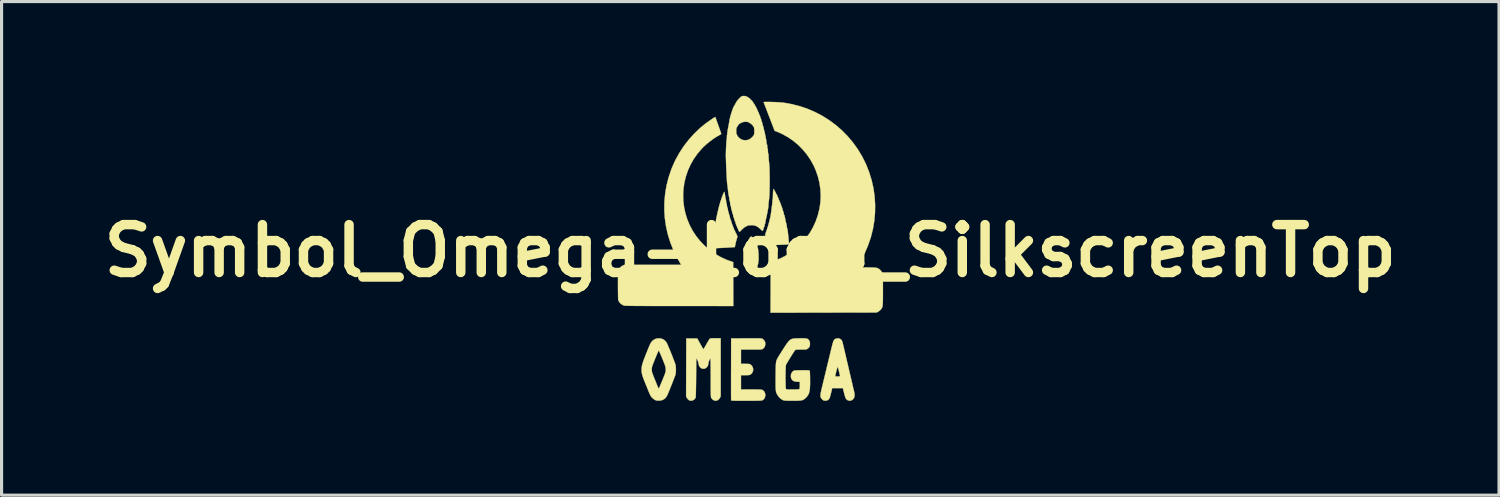
<source format=kicad_pcb>
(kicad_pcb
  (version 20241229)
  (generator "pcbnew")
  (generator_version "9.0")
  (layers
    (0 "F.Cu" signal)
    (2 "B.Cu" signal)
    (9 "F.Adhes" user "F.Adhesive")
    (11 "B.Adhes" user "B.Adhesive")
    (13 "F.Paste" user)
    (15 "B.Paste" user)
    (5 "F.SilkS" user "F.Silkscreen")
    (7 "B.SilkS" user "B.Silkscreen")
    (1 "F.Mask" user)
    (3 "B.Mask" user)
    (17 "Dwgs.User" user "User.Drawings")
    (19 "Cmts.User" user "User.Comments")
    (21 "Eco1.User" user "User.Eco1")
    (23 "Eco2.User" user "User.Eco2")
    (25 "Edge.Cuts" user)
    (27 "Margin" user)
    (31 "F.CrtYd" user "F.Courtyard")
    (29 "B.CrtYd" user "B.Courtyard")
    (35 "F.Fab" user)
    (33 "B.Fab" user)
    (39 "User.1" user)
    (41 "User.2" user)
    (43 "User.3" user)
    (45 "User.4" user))
  (footprint "Symbol_Omega-Logo_SilkscreenTop"
    (layer "F.Cu")
    (at 20.835 4.935)
    (property "Reference" "Symbol_Omega-Logo_SilkscreenTop" (at 0 0 0) (layer "F.SilkS") (effects (font (size 1.524 1.524) (thickness 0.3))))
    (attr through_hole)
    (fp_poly (pts (xy 0.054 -0.447) (xy 0.078 -0.428) (xy 0.104 -0.402) (xy 0.124 -0.376) (xy 0.133 -0.359) (xy 0.141 -0.342) (xy 0.147 -0.339) (xy 0.155 -0.33) (xy 0.166 -0.307) (xy 0.169 -0.296) (xy 0.18 -0.27) (xy 0.188 -0.255) (xy 0.191 -0.254) (xy 0.197 -0.245) (xy 0.204 -0.22) (xy 0.212 -0.188) (xy 0.22 -0.152) (xy 0.228 -0.124) (xy 0.233 -0.111) (xy 0.24 -0.09) (xy 0.248 -0.049) (xy 0.255 0.013) (xy 0.262 0.095) (xy 0.264 0.127) (xy 0.265 0.276) (xy 0.248 0.415) (xy 0.212 0.544) (xy 0.185 0.61) (xy 0.158 0.663) (xy 0.133 0.697) (xy 0.109 0.714) (xy 0.083 0.716) (xy 0.056 0.707) (xy 0.037 0.694) (xy 0.032 0.684) (xy 0.025 0.669) (xy 0.009 0.647) (xy 0.001 0.637) (xy -0.021 0.608) (xy -0.035 0.578) (xy -0.037 0.571) (xy -0.044 0.549) (xy -0.052 0.54) (xy -0.052 0.54) (xy -0.059 0.53) (xy -0.067 0.506) (xy -0.074 0.479) (xy -0.083 0.445) (xy -0.092 0.421) (xy -0.098 0.412) (xy -0.103 0.399) (xy -0.108 0.371) (xy -0.113 0.335) (xy -0.117 0.3) (xy -0.122 0.274) (xy -0.127 0.265) (xy -0.127 0.265) (xy -0.132 0.255) (xy -0.135 0.228) (xy -0.138 0.189) (xy -0.14 0.141) (xy -0.141 0.09) (xy -0.141 0.039) (xy -0.139 -0.007) (xy -0.136 -0.04) (xy -0.123 -0.122) (xy -0.105 -0.201) (xy -0.083 -0.274) (xy -0.058 -0.338) (xy -0.032 -0.391) (xy -0.005 -0.429) (xy 0.021 -0.451) (xy 0.035 -0.454) (xy 0.054 -0.447)) (stroke (width 0.01) (type solid)) (fill yes) (layer "F.SilkS"))
    (fp_poly (pts (xy -0.942 4.631) (xy -0.966 4.678) (xy -1 4.727) (xy -1.043 4.758) (xy -1.09 4.771) (xy -1.138 4.767) (xy -1.184 4.746) (xy -1.225 4.707) (xy -1.244 4.676) (xy -1.248 4.666) (xy -1.25 4.651) (xy -1.253 4.628) (xy -1.255 4.595) (xy -1.256 4.551) (xy -1.257 4.495) (xy -1.258 4.425) (xy -1.259 4.339) (xy -1.259 4.237) (xy -1.259 4.115) (xy -1.259 4.038) (xy -1.26 3.927) (xy -1.26 3.822) (xy -1.261 3.726) (xy -1.261 3.64) (xy -1.262 3.566) (xy -1.264 3.506) (xy -1.265 3.462) (xy -1.266 3.436) (xy -1.267 3.429) (xy -1.281 3.439) (xy -1.296 3.464) (xy -1.312 3.499) (xy -1.325 3.539) (xy -1.333 3.578) (xy -1.334 3.586) (xy -1.345 3.643) (xy -1.366 3.685) (xy -1.401 3.721) (xy -1.418 3.733) (xy -1.466 3.754) (xy -1.516 3.754) (xy -1.564 3.735) (xy -1.567 3.733) (xy -1.606 3.698) (xy -1.632 3.651) (xy -1.648 3.59) (xy -1.649 3.581) (xy -1.664 3.518) (xy -1.689 3.465) (xy -1.72 3.413) (xy -1.725 4.038) (xy -1.726 4.182) (xy -1.728 4.307) (xy -1.73 4.412) (xy -1.731 4.498) (xy -1.733 4.567) (xy -1.736 4.619) (xy -1.738 4.656) (xy -1.741 4.677) (xy -1.743 4.683) (xy -1.779 4.728) (xy -1.823 4.758) (xy -1.872 4.771) (xy -1.921 4.767) (xy -1.958 4.75) (xy -1.986 4.725) (xy -2.011 4.691) (xy -2.019 4.678) (xy -2.043 4.631) (xy -2.04 3.71) (xy -2.037 2.789) (xy -1.689 2.789) (xy -1.593 2.961) (xy -1.563 3.015) (xy -1.536 3.062) (xy -1.514 3.099) (xy -1.499 3.124) (xy -1.492 3.132) (xy -1.492 3.132) (xy -1.486 3.124) (xy -1.47 3.1) (xy -1.448 3.063) (xy -1.421 3.017) (xy -1.398 2.976) (xy -1.368 2.923) (xy -1.34 2.876) (xy -1.316 2.837) (xy -1.3 2.811) (xy -1.293 2.802) (xy -1.285 2.795) (xy -1.272 2.79) (xy -1.25 2.786) (xy -1.217 2.785) (xy -1.169 2.784) (xy -1.11 2.783) (xy -0.942 2.783) (xy -0.942 4.631)) (stroke (width 0.01) (type solid)) (fill yes) (layer "F.SilkS"))
    (fp_poly (pts (xy 0.134 2.785) (xy 0.208 2.785) (xy 0.27 2.786) (xy 0.317 2.787) (xy 0.347 2.788) (xy 0.356 2.789) (xy 0.393 2.804) (xy 0.429 2.835) (xy 0.458 2.875) (xy 0.475 2.918) (xy 0.475 2.918) (xy 0.479 2.981) (xy 0.465 3.04) (xy 0.436 3.089) (xy 0.397 3.122) (xy 0.386 3.128) (xy 0.374 3.133) (xy 0.358 3.136) (xy 0.336 3.139) (xy 0.305 3.141) (xy 0.262 3.142) (xy 0.207 3.143) (xy 0.135 3.143) (xy 0.044 3.143) (xy 0.033 3.143) (xy -0.296 3.143) (xy -0.296 3.598) (xy -0.16 3.598) (xy -0.103 3.599) (xy -0.063 3.6) (xy -0.034 3.603) (xy -0.014 3.608) (xy 0.003 3.617) (xy 0.012 3.622) (xy 0.039 3.647) (xy 0.064 3.68) (xy 0.072 3.694) (xy 0.09 3.75) (xy 0.09 3.809) (xy 0.072 3.865) (xy 0.038 3.912) (xy 0.011 3.934) (xy -0.005 3.944) (xy -0.023 3.951) (xy -0.047 3.955) (xy -0.08 3.957) (xy -0.128 3.958) (xy -0.16 3.958) (xy -0.296 3.958) (xy -0.296 4.413) (xy 0.028 4.413) (xy 0.122 4.413) (xy 0.198 4.414) (xy 0.258 4.415) (xy 0.303 4.417) (xy 0.336 4.419) (xy 0.36 4.422) (xy 0.377 4.426) (xy 0.386 4.43) (xy 0.429 4.461) (xy 0.459 4.504) (xy 0.475 4.554) (xy 0.479 4.608) (xy 0.468 4.66) (xy 0.445 4.707) (xy 0.408 4.744) (xy 0.388 4.756) (xy 0.377 4.76) (xy 0.362 4.763) (xy 0.342 4.766) (xy 0.314 4.768) (xy 0.277 4.77) (xy 0.228 4.771) (xy 0.165 4.772) (xy 0.087 4.773) (xy -0.007 4.773) (xy -0.122 4.773) (xy -0.126 4.773) (xy -0.245 4.773) (xy -0.343 4.773) (xy -0.424 4.772) (xy -0.488 4.771) (xy -0.536 4.769) (xy -0.571 4.767) (xy -0.594 4.765) (xy -0.606 4.762) (xy -0.609 4.76) (xy -0.61 4.748) (xy -0.61 4.716) (xy -0.611 4.665) (xy -0.611 4.599) (xy -0.612 4.517) (xy -0.612 4.421) (xy -0.612 4.313) (xy -0.612 4.195) (xy -0.612 4.067) (xy -0.612 3.932) (xy -0.611 3.79) (xy -0.611 3.768) (xy -0.609 2.789) (xy -0.143 2.786) (xy -0.044 2.785) (xy 0.049 2.785) (xy 0.134 2.785)) (stroke (width 0.01) (type solid)) (fill yes) (layer "F.SilkS"))
    (fp_poly (pts (xy -0.824 -1.876) (xy -0.82 -1.863) (xy -0.814 -1.833) (xy -0.807 -1.793) (xy -0.804 -1.767) (xy -0.798 -1.722) (xy -0.791 -1.682) (xy -0.785 -1.656) (xy -0.782 -1.648) (xy -0.775 -1.625) (xy -0.772 -1.596) (xy -0.769 -1.564) (xy -0.761 -1.526) (xy -0.757 -1.509) (xy -0.747 -1.471) (xy -0.742 -1.435) (xy -0.741 -1.422) (xy -0.738 -1.397) (xy -0.732 -1.382) (xy -0.731 -1.382) (xy -0.725 -1.369) (xy -0.718 -1.342) (xy -0.715 -1.32) (xy -0.709 -1.284) (xy -0.703 -1.254) (xy -0.699 -1.244) (xy -0.692 -1.221) (xy -0.681 -1.185) (xy -0.669 -1.14) (xy -0.656 -1.093) (xy -0.646 -1.051) (xy -0.639 -1.02) (xy -0.639 -1.019) (xy -0.632 -0.995) (xy -0.624 -0.984) (xy -0.623 -0.984) (xy -0.615 -0.975) (xy -0.614 -0.965) (xy -0.61 -0.946) (xy -0.6 -0.913) (xy -0.586 -0.871) (xy -0.57 -0.824) (xy -0.552 -0.778) (xy -0.536 -0.739) (xy -0.525 -0.709) (xy -0.519 -0.687) (xy -0.519 -0.683) (xy -0.513 -0.669) (xy -0.509 -0.667) (xy -0.5 -0.658) (xy -0.489 -0.634) (xy -0.482 -0.614) (xy -0.47 -0.584) (xy -0.46 -0.565) (xy -0.455 -0.561) (xy -0.447 -0.552) (xy -0.439 -0.53) (xy -0.439 -0.529) (xy -0.429 -0.501) (xy -0.417 -0.482) (xy -0.411 -0.472) (xy -0.41 -0.457) (xy -0.415 -0.432) (xy -0.426 -0.392) (xy -0.428 -0.386) (xy -0.444 -0.334) (xy -0.459 -0.273) (xy -0.472 -0.217) (xy -0.473 -0.213) (xy -0.481 -0.172) (xy -0.488 -0.14) (xy -0.492 -0.121) (xy -0.493 -0.119) (xy -0.503 -0.118) (xy -0.531 -0.115) (xy -0.575 -0.113) (xy -0.629 -0.109) (xy -0.692 -0.106) (xy -0.759 -0.102) (xy -0.829 -0.098) (xy -0.897 -0.094) (xy -0.96 -0.091) (xy -1.016 -0.088) (xy -1.06 -0.086) (xy -1.09 -0.085) (xy -1.097 -0.085) (xy -1.123 -0.088) (xy -1.138 -0.095) (xy -1.138 -0.095) (xy -1.14 -0.109) (xy -1.14 -0.14) (xy -1.141 -0.186) (xy -1.14 -0.243) (xy -1.139 -0.308) (xy -1.138 -0.326) (xy -1.135 -0.427) (xy -1.132 -0.51) (xy -1.129 -0.579) (xy -1.127 -0.635) (xy -1.123 -0.682) (xy -1.12 -0.724) (xy -1.115 -0.763) (xy -1.11 -0.802) (xy -1.107 -0.819) (xy -1.101 -0.864) (xy -1.097 -0.902) (xy -1.095 -0.926) (xy -1.096 -0.932) (xy -1.096 -0.946) (xy -1.092 -0.977) (xy -1.083 -1.022) (xy -1.072 -1.077) (xy -1.059 -1.141) (xy -1.044 -1.208) (xy -1.028 -1.276) (xy -1.012 -1.342) (xy -0.997 -1.402) (xy -0.984 -1.45) (xy -0.961 -1.527) (xy -0.937 -1.603) (xy -0.913 -1.674) (xy -0.89 -1.738) (xy -0.869 -1.793) (xy -0.851 -1.836) (xy -0.837 -1.865) (xy -0.827 -1.877) (xy -0.824 -1.876)) (stroke (width 0.01) (type solid)) (fill yes) (layer "F.SilkS"))
    (fp_poly (pts (xy -1.114 -4.261) (xy -1.11 -4.25) (xy -1.1 -4.223) (xy -1.084 -4.181) (xy -1.065 -4.126) (xy -1.043 -4.063) (xy -1.022 -4.005) (xy -0.997 -3.935) (xy -0.975 -3.871) (xy -0.955 -3.816) (xy -0.94 -3.773) (xy -0.93 -3.744) (xy -0.926 -3.734) (xy -0.926 -3.722) (xy -0.939 -3.708) (xy -0.968 -3.691) (xy -0.981 -3.685) (xy -1.075 -3.632) (xy -1.177 -3.565) (xy -1.281 -3.488) (xy -1.383 -3.406) (xy -1.477 -3.321) (xy -1.54 -3.257) (xy -1.679 -3.096) (xy -1.799 -2.925) (xy -1.9 -2.747) (xy -1.984 -2.563) (xy -2.049 -2.373) (xy -2.097 -2.179) (xy -2.126 -1.983) (xy -2.138 -1.786) (xy -2.132 -1.589) (xy -2.108 -1.393) (xy -2.067 -1.199) (xy -2.009 -1.01) (xy -1.933 -0.826) (xy -1.84 -0.648) (xy -1.73 -0.478) (xy -1.602 -0.317) (xy -1.458 -0.167) (xy -1.298 -0.028) (xy -1.287 -0.02) (xy -1.126 0.094) (xy -0.952 0.194) (xy -0.772 0.278) (xy -0.656 0.321) (xy -0.545 0.359) (xy -0.542 1.058) (xy -0.54 1.757) (xy -2.262 1.756) (xy -2.494 1.756) (xy -2.705 1.756) (xy -2.897 1.756) (xy -3.07 1.756) (xy -3.226 1.755) (xy -3.365 1.755) (xy -3.487 1.754) (xy -3.595 1.754) (xy -3.688 1.753) (xy -3.768 1.752) (xy -3.835 1.751) (xy -3.891 1.75) (xy -3.935 1.749) (xy -3.97 1.748) (xy -3.995 1.746) (xy -4.012 1.744) (xy -4.022 1.743) (xy -4.023 1.742) (xy -4.095 1.706) (xy -4.152 1.657) (xy -4.193 1.594) (xy -4.201 1.574) (xy -4.204 1.554) (xy -4.207 1.514) (xy -4.209 1.455) (xy -4.21 1.376) (xy -4.211 1.279) (xy -4.212 1.163) (xy -4.212 1.097) (xy -4.212 0.988) (xy -4.212 0.898) (xy -4.211 0.825) (xy -4.21 0.766) (xy -4.209 0.721) (xy -4.208 0.686) (xy -4.205 0.66) (xy -4.202 0.64) (xy -4.199 0.625) (xy -4.194 0.612) (xy -4.19 0.603) (xy -4.154 0.542) (xy -4.105 0.496) (xy -4.059 0.47) (xy -4.006 0.445) (xy -3.103 0.445) (xy -2.199 0.445) (xy -2.223 0.405) (xy -2.291 0.288) (xy -2.35 0.182) (xy -2.401 0.08) (xy -2.445 -0.014) (xy -2.544 -0.263) (xy -2.623 -0.516) (xy -2.681 -0.772) (xy -2.719 -1.032) (xy -2.737 -1.293) (xy -2.734 -1.554) (xy -2.71 -1.815) (xy -2.667 -2.075) (xy -2.602 -2.331) (xy -2.517 -2.584) (xy -2.489 -2.656) (xy -2.383 -2.892) (xy -2.257 -3.119) (xy -2.114 -3.337) (xy -1.954 -3.543) (xy -1.779 -3.737) (xy -1.59 -3.916) (xy -1.452 -4.03) (xy -1.416 -4.057) (xy -1.373 -4.089) (xy -1.325 -4.123) (xy -1.275 -4.157) (xy -1.228 -4.19) (xy -1.184 -4.219) (xy -1.149 -4.242) (xy -1.125 -4.256) (xy -1.114 -4.261) (xy -1.114 -4.261)) (stroke (width 0.01) (type solid)) (fill yes) (layer "F.SilkS"))
    (fp_poly (pts (xy 0.587 -4.74) (xy 0.68 -4.738) (xy 0.684 -4.738) (xy 0.816 -4.734) (xy 0.934 -4.727) (xy 1.042 -4.717) (xy 1.146 -4.702) (xy 1.252 -4.683) (xy 1.332 -4.667) (xy 1.587 -4.601) (xy 1.835 -4.516) (xy 2.074 -4.412) (xy 2.303 -4.291) (xy 2.522 -4.152) (xy 2.729 -3.998) (xy 2.924 -3.828) (xy 3.105 -3.643) (xy 3.272 -3.444) (xy 3.423 -3.233) (xy 3.558 -3.009) (xy 3.677 -2.773) (xy 3.688 -2.746) (xy 3.785 -2.502) (xy 3.862 -2.251) (xy 3.92 -1.996) (xy 3.957 -1.738) (xy 3.974 -1.477) (xy 3.971 -1.217) (xy 3.948 -0.957) (xy 3.905 -0.7) (xy 3.842 -0.447) (xy 3.835 -0.423) (xy 3.747 -0.168) (xy 3.642 0.076) (xy 3.519 0.307) (xy 3.443 0.432) (xy 3.419 0.469) (xy 3.4 0.5) (xy 3.389 0.519) (xy 3.387 0.524) (xy 3.397 0.526) (xy 3.425 0.527) (xy 3.47 0.528) (xy 3.528 0.528) (xy 3.596 0.529) (xy 3.672 0.529) (xy 3.686 0.529) (xy 3.785 0.529) (xy 3.865 0.53) (xy 3.93 0.533) (xy 3.981 0.537) (xy 4.021 0.543) (xy 4.052 0.552) (xy 4.079 0.564) (xy 4.102 0.579) (xy 4.124 0.599) (xy 4.139 0.613) (xy 4.157 0.632) (xy 4.173 0.65) (xy 4.186 0.668) (xy 4.196 0.688) (xy 4.205 0.714) (xy 4.211 0.745) (xy 4.216 0.785) (xy 4.219 0.836) (xy 4.221 0.898) (xy 4.222 0.975) (xy 4.223 1.068) (xy 4.223 1.18) (xy 4.223 1.249) (xy 4.223 1.37) (xy 4.222 1.471) (xy 4.222 1.555) (xy 4.22 1.624) (xy 4.218 1.68) (xy 4.215 1.724) (xy 4.21 1.759) (xy 4.204 1.787) (xy 4.196 1.809) (xy 4.187 1.828) (xy 4.175 1.845) (xy 4.161 1.863) (xy 4.158 1.866) (xy 4.129 1.895) (xy 4.092 1.924) (xy 4.076 1.934) (xy 4.027 1.963) (xy 2.336 1.966) (xy 0.645 1.969) (xy 0.651 0.357) (xy 0.778 0.313) (xy 0.974 0.234) (xy 1.159 0.137) (xy 1.333 0.024) (xy 1.495 -0.105) (xy 1.643 -0.249) (xy 1.777 -0.405) (xy 1.896 -0.573) (xy 1.999 -0.752) (xy 2.085 -0.941) (xy 2.153 -1.139) (xy 2.203 -1.344) (xy 2.233 -1.544) (xy 2.243 -1.748) (xy 2.233 -1.955) (xy 2.203 -2.162) (xy 2.153 -2.366) (xy 2.084 -2.565) (xy 2.022 -2.707) (xy 1.92 -2.893) (xy 1.802 -3.067) (xy 1.667 -3.229) (xy 1.519 -3.378) (xy 1.356 -3.511) (xy 1.182 -3.628) (xy 0.998 -3.729) (xy 0.861 -3.788) (xy 0.775 -3.822) (xy 0.602 -4.273) (xy 0.566 -4.365) (xy 0.533 -4.452) (xy 0.503 -4.531) (xy 0.476 -4.599) (xy 0.454 -4.656) (xy 0.438 -4.699) (xy 0.428 -4.725) (xy 0.425 -4.734) (xy 0.434 -4.737) (xy 0.464 -4.739) (xy 0.515 -4.74) (xy 0.587 -4.74)) (stroke (width 0.01) (type solid)) (fill yes) (layer "F.SilkS"))
    (fp_poly (pts (xy 2.831 2.791) (xy 2.875 2.811) (xy 2.908 2.846) (xy 2.91 2.848) (xy 2.925 2.879) (xy 2.938 2.919) (xy 2.943 2.936) (xy 2.949 2.965) (xy 2.96 3.009) (xy 2.973 3.064) (xy 2.987 3.126) (xy 2.996 3.164) (xy 3.012 3.231) (xy 3.028 3.298) (xy 3.042 3.36) (xy 3.054 3.41) (xy 3.058 3.429) (xy 3.072 3.49) (xy 3.089 3.563) (xy 3.109 3.645) (xy 3.13 3.736) (xy 3.152 3.831) (xy 3.175 3.929) (xy 3.198 4.026) (xy 3.22 4.121) (xy 3.241 4.211) (xy 3.26 4.294) (xy 3.277 4.366) (xy 3.291 4.426) (xy 3.302 4.47) (xy 3.308 4.497) (xy 3.309 4.5) (xy 3.321 4.579) (xy 3.315 4.646) (xy 3.292 4.701) (xy 3.29 4.704) (xy 3.252 4.743) (xy 3.207 4.765) (xy 3.157 4.771) (xy 3.109 4.76) (xy 3.066 4.732) (xy 3.039 4.699) (xy 3.03 4.678) (xy 3.018 4.641) (xy 3.004 4.593) (xy 2.989 4.538) (xy 2.985 4.52) (xy 2.949 4.371) (xy 2.608 4.371) (xy 2.568 4.534) (xy 2.552 4.596) (xy 2.54 4.642) (xy 2.529 4.675) (xy 2.518 4.698) (xy 2.507 4.715) (xy 2.493 4.73) (xy 2.492 4.731) (xy 2.462 4.755) (xy 2.429 4.766) (xy 2.406 4.769) (xy 2.371 4.77) (xy 2.342 4.766) (xy 2.334 4.764) (xy 2.304 4.743) (xy 2.274 4.712) (xy 2.25 4.677) (xy 2.244 4.664) (xy 2.238 4.642) (xy 2.235 4.617) (xy 2.235 4.586) (xy 2.24 4.546) (xy 2.249 4.495) (xy 2.264 4.43) (xy 2.283 4.347) (xy 2.287 4.333) (xy 2.305 4.255) (xy 2.325 4.172) (xy 2.345 4.092) (xy 2.362 4.02) (xy 2.37 3.989) (xy 2.705 3.989) (xy 2.706 3.993) (xy 2.718 3.997) (xy 2.744 4) (xy 2.777 4) (xy 2.811 3.999) (xy 2.839 3.997) (xy 2.856 3.993) (xy 2.857 3.991) (xy 2.855 3.974) (xy 2.849 3.943) (xy 2.839 3.901) (xy 2.828 3.853) (xy 2.816 3.805) (xy 2.804 3.759) (xy 2.794 3.722) (xy 2.787 3.697) (xy 2.784 3.69) (xy 2.779 3.697) (xy 2.77 3.72) (xy 2.76 3.755) (xy 2.747 3.799) (xy 2.735 3.846) (xy 2.724 3.893) (xy 2.714 3.935) (xy 2.708 3.968) (xy 2.705 3.989) (xy 2.37 3.989) (xy 2.376 3.963) (xy 2.392 3.897) (xy 2.409 3.825) (xy 2.426 3.756) (xy 2.439 3.699) (xy 2.439 3.699) (xy 2.452 3.646) (xy 2.468 3.579) (xy 2.486 3.507) (xy 2.503 3.436) (xy 2.508 3.413) (xy 2.526 3.339) (xy 2.547 3.254) (xy 2.568 3.167) (xy 2.587 3.087) (xy 2.593 3.065) (xy 2.608 3.003) (xy 2.624 2.947) (xy 2.638 2.9) (xy 2.65 2.866) (xy 2.657 2.852) (xy 2.69 2.815) (xy 2.734 2.793) (xy 2.783 2.785) (xy 2.831 2.791)) (stroke (width 0.01) (type solid)) (fill yes) (layer "F.SilkS"))
    (fp_poly (pts (xy 0.751 -1.959) (xy 0.763 -1.938) (xy 0.767 -1.928) (xy 0.778 -1.902) (xy 0.789 -1.886) (xy 0.79 -1.886) (xy 0.801 -1.871) (xy 0.808 -1.851) (xy 0.82 -1.823) (xy 0.836 -1.799) (xy 0.851 -1.777) (xy 0.857 -1.758) (xy 0.863 -1.738) (xy 0.876 -1.711) (xy 0.878 -1.706) (xy 0.892 -1.681) (xy 0.899 -1.663) (xy 0.9 -1.661) (xy 0.904 -1.646) (xy 0.914 -1.619) (xy 0.92 -1.606) (xy 0.948 -1.542) (xy 0.968 -1.494) (xy 0.981 -1.457) (xy 0.989 -1.429) (xy 0.99 -1.423) (xy 0.997 -1.399) (xy 1.004 -1.387) (xy 1.005 -1.386) (xy 1.011 -1.377) (xy 1.019 -1.352) (xy 1.026 -1.323) (xy 1.034 -1.29) (xy 1.042 -1.267) (xy 1.047 -1.259) (xy 1.053 -1.25) (xy 1.059 -1.225) (xy 1.063 -1.201) (xy 1.069 -1.169) (xy 1.075 -1.148) (xy 1.079 -1.143) (xy 1.082 -1.141) (xy 1.086 -1.134) (xy 1.091 -1.118) (xy 1.097 -1.091) (xy 1.105 -1.05) (xy 1.116 -0.992) (xy 1.124 -0.953) (xy 1.131 -0.917) (xy 1.139 -0.89) (xy 1.144 -0.878) (xy 1.148 -0.866) (xy 1.153 -0.838) (xy 1.158 -0.8) (xy 1.159 -0.791) (xy 1.164 -0.753) (xy 1.169 -0.724) (xy 1.174 -0.71) (xy 1.175 -0.709) (xy 1.18 -0.7) (xy 1.186 -0.675) (xy 1.189 -0.648) (xy 1.194 -0.606) (xy 1.2 -0.555) (xy 1.206 -0.504) (xy 1.206 -0.503) (xy 1.212 -0.452) (xy 1.218 -0.391) (xy 1.222 -0.331) (xy 1.224 -0.311) (xy 1.229 -0.205) (xy 0.951 -0.192) (xy 0.874 -0.188) (xy 0.802 -0.185) (xy 0.739 -0.181) (xy 0.688 -0.178) (xy 0.652 -0.175) (xy 0.635 -0.174) (xy 0.608 -0.172) (xy 0.591 -0.175) (xy 0.59 -0.176) (xy 0.584 -0.191) (xy 0.582 -0.213) (xy 0.579 -0.235) (xy 0.573 -0.243) (xy 0.566 -0.253) (xy 0.559 -0.276) (xy 0.557 -0.287) (xy 0.548 -0.322) (xy 0.533 -0.364) (xy 0.524 -0.388) (xy 0.509 -0.422) (xy 0.5 -0.449) (xy 0.497 -0.461) (xy 0.492 -0.475) (xy 0.488 -0.476) (xy 0.475 -0.485) (xy 0.474 -0.511) (xy 0.485 -0.553) (xy 0.496 -0.585) (xy 0.519 -0.647) (xy 0.543 -0.72) (xy 0.568 -0.8) (xy 0.591 -0.884) (xy 0.613 -0.966) (xy 0.631 -1.044) (xy 0.646 -1.113) (xy 0.656 -1.17) (xy 0.659 -1.204) (xy 0.663 -1.231) (xy 0.668 -1.247) (xy 0.671 -1.249) (xy 0.675 -1.257) (xy 0.673 -1.265) (xy 0.672 -1.282) (xy 0.675 -1.314) (xy 0.68 -1.359) (xy 0.687 -1.411) (xy 0.689 -1.425) (xy 0.697 -1.479) (xy 0.702 -1.527) (xy 0.706 -1.564) (xy 0.706 -1.586) (xy 0.706 -1.588) (xy 0.704 -1.605) (xy 0.707 -1.609) (xy 0.711 -1.619) (xy 0.715 -1.646) (xy 0.718 -1.688) (xy 0.721 -1.74) (xy 0.723 -1.799) (xy 0.724 -1.849) (xy 0.726 -1.884) (xy 0.729 -1.908) (xy 0.733 -1.916) (xy 0.737 -1.924) (xy 0.734 -1.943) (xy 0.733 -1.963) (xy 0.739 -1.968) (xy 0.751 -1.959)) (stroke (width 0.01) (type solid)) (fill yes) (layer "F.SilkS"))
    (fp_poly (pts (xy -2.857 2.789) (xy -2.785 2.811) (xy -2.723 2.851) (xy -2.672 2.91) (xy -2.667 2.917) (xy -2.655 2.94) (xy -2.636 2.98) (xy -2.613 3.034) (xy -2.586 3.098) (xy -2.556 3.169) (xy -2.525 3.245) (xy -2.494 3.322) (xy -2.465 3.398) (xy -2.438 3.468) (xy -2.414 3.53) (xy -2.396 3.581) (xy -2.384 3.618) (xy -2.381 3.63) (xy -2.372 3.681) (xy -2.368 3.745) (xy -2.368 3.813) (xy -2.372 3.877) (xy -2.38 3.93) (xy -2.381 3.932) (xy -2.387 3.954) (xy -2.401 3.992) (xy -2.42 4.044) (xy -2.444 4.106) (xy -2.471 4.176) (xy -2.5 4.249) (xy -2.529 4.323) (xy -2.558 4.395) (xy -2.585 4.462) (xy -2.609 4.52) (xy -2.629 4.566) (xy -2.643 4.598) (xy -2.646 4.605) (xy -2.69 4.673) (xy -2.744 4.722) (xy -2.809 4.754) (xy -2.886 4.768) (xy -2.892 4.769) (xy -2.958 4.769) (xy -3.007 4.759) (xy -3.008 4.759) (xy -3.057 4.733) (xy -3.107 4.694) (xy -3.15 4.649) (xy -3.17 4.621) (xy -3.185 4.592) (xy -3.204 4.55) (xy -3.226 4.5) (xy -3.243 4.46) (xy -3.263 4.409) (xy -3.289 4.345) (xy -3.318 4.274) (xy -3.346 4.205) (xy -3.359 4.173) (xy -3.393 4.087) (xy -3.419 4.016) (xy -3.438 3.956) (xy -3.45 3.903) (xy -3.457 3.853) (xy -3.46 3.803) (xy -3.461 3.783) (xy -3.46 3.778) (xy -3.136 3.778) (xy -3.136 3.798) (xy -3.136 3.815) (xy -3.134 3.833) (xy -3.13 3.853) (xy -3.124 3.877) (xy -3.114 3.906) (xy -3.1 3.944) (xy -3.082 3.992) (xy -3.058 4.051) (xy -3.028 4.124) (xy -2.992 4.213) (xy -2.952 4.311) (xy -2.936 4.347) (xy -2.922 4.373) (xy -2.912 4.385) (xy -2.91 4.385) (xy -2.904 4.373) (xy -2.891 4.344) (xy -2.873 4.301) (xy -2.85 4.247) (xy -2.824 4.184) (xy -2.798 4.122) (xy -2.763 4.036) (xy -2.735 3.966) (xy -2.713 3.906) (xy -2.698 3.854) (xy -2.69 3.808) (xy -2.69 3.763) (xy -2.696 3.716) (xy -2.709 3.664) (xy -2.73 3.604) (xy -2.758 3.532) (xy -2.793 3.445) (xy -2.813 3.397) (xy -2.84 3.333) (xy -2.864 3.276) (xy -2.885 3.228) (xy -2.902 3.194) (xy -2.912 3.175) (xy -2.915 3.172) (xy -2.922 3.182) (xy -2.935 3.209) (xy -2.953 3.25) (xy -2.976 3.304) (xy -3.002 3.367) (xy -3.031 3.436) (xy -3.062 3.516) (xy -3.087 3.578) (xy -3.106 3.627) (xy -3.119 3.665) (xy -3.128 3.695) (xy -3.133 3.72) (xy -3.135 3.742) (xy -3.136 3.766) (xy -3.136 3.778) (xy -3.46 3.778) (xy -3.46 3.741) (xy -3.456 3.7) (xy -3.448 3.657) (xy -3.436 3.609) (xy -3.419 3.553) (xy -3.397 3.488) (xy -3.367 3.409) (xy -3.33 3.315) (xy -3.312 3.27) (xy -3.276 3.179) (xy -3.246 3.105) (xy -3.221 3.046) (xy -3.201 3) (xy -3.185 2.965) (xy -3.171 2.938) (xy -3.158 2.917) (xy -3.146 2.9) (xy -3.132 2.885) (xy -3.124 2.875) (xy -3.065 2.827) (xy -2.999 2.797) (xy -2.937 2.786) (xy -2.857 2.789)) (stroke (width 0.01) (type solid)) (fill yes) (layer "F.SilkS"))
    (fp_poly (pts (xy 1.709 2.785) (xy 1.757 2.788) (xy 1.793 2.793) (xy 1.82 2.802) (xy 1.841 2.815) (xy 1.858 2.833) (xy 1.873 2.854) (xy 1.889 2.881) (xy 1.897 2.909) (xy 1.9 2.947) (xy 1.9 2.964) (xy 1.896 3.019) (xy 1.881 3.06) (xy 1.853 3.094) (xy 1.82 3.119) (xy 1.806 3.128) (xy 1.791 3.135) (xy 1.771 3.139) (xy 1.742 3.142) (xy 1.702 3.143) (xy 1.646 3.143) (xy 1.614 3.143) (xy 1.549 3.143) (xy 1.502 3.144) (xy 1.469 3.146) (xy 1.448 3.15) (xy 1.435 3.155) (xy 1.427 3.162) (xy 1.412 3.181) (xy 1.39 3.214) (xy 1.361 3.259) (xy 1.327 3.311) (xy 1.291 3.368) (xy 1.255 3.427) (xy 1.22 3.484) (xy 1.189 3.536) (xy 1.163 3.58) (xy 1.145 3.612) (xy 1.136 3.629) (xy 1.133 3.65) (xy 1.129 3.689) (xy 1.127 3.743) (xy 1.124 3.808) (xy 1.123 3.881) (xy 1.122 3.959) (xy 1.121 4.039) (xy 1.122 4.118) (xy 1.123 4.192) (xy 1.124 4.259) (xy 1.126 4.315) (xy 1.129 4.357) (xy 1.133 4.382) (xy 1.134 4.386) (xy 1.146 4.413) (xy 1.349 4.413) (xy 1.429 4.413) (xy 1.489 4.411) (xy 1.53 4.408) (xy 1.555 4.405) (xy 1.564 4.401) (xy 1.571 4.382) (xy 1.575 4.344) (xy 1.577 4.288) (xy 1.577 4.279) (xy 1.577 4.17) (xy 1.518 4.17) (xy 1.44 4.163) (xy 1.378 4.144) (xy 1.333 4.111) (xy 1.304 4.065) (xy 1.292 4.005) (xy 1.294 3.951) (xy 1.309 3.897) (xy 1.341 3.851) (xy 1.369 3.827) (xy 1.38 3.819) (xy 1.393 3.814) (xy 1.411 3.81) (xy 1.437 3.807) (xy 1.474 3.805) (xy 1.524 3.803) (xy 1.591 3.802) (xy 1.633 3.802) (xy 1.713 3.801) (xy 1.78 3.802) (xy 1.833 3.803) (xy 1.868 3.806) (xy 1.884 3.809) (xy 1.884 3.809) (xy 1.889 3.816) (xy 1.893 3.829) (xy 1.896 3.852) (xy 1.899 3.886) (xy 1.9 3.934) (xy 1.902 3.999) (xy 1.903 4.077) (xy 1.904 4.194) (xy 1.902 4.292) (xy 1.898 4.374) (xy 1.89 4.442) (xy 1.878 4.499) (xy 1.862 4.548) (xy 1.841 4.59) (xy 1.814 4.628) (xy 1.782 4.665) (xy 1.77 4.677) (xy 1.74 4.704) (xy 1.713 4.726) (xy 1.685 4.742) (xy 1.653 4.755) (xy 1.615 4.763) (xy 1.567 4.768) (xy 1.506 4.771) (xy 1.43 4.772) (xy 1.346 4.772) (xy 1.273 4.772) (xy 1.206 4.77) (xy 1.149 4.769) (xy 1.104 4.766) (xy 1.074 4.764) (xy 1.066 4.762) (xy 1.008 4.736) (xy 0.951 4.693) (xy 0.899 4.638) (xy 0.857 4.576) (xy 0.843 4.55) (xy 0.834 4.526) (xy 0.825 4.502) (xy 0.819 4.475) (xy 0.814 4.443) (xy 0.81 4.403) (xy 0.808 4.354) (xy 0.806 4.293) (xy 0.806 4.217) (xy 0.806 4.126) (xy 0.807 4.016) (xy 0.807 3.983) (xy 0.808 3.873) (xy 0.809 3.782) (xy 0.811 3.707) (xy 0.813 3.647) (xy 0.816 3.598) (xy 0.82 3.559) (xy 0.825 3.527) (xy 0.832 3.5) (xy 0.841 3.476) (xy 0.851 3.451) (xy 0.865 3.425) (xy 0.868 3.419) (xy 0.879 3.398) (xy 0.901 3.362) (xy 0.93 3.314) (xy 0.966 3.258) (xy 1.005 3.195) (xy 1.04 3.14) (xy 1.097 3.052) (xy 1.144 2.981) (xy 1.185 2.923) (xy 1.221 2.879) (xy 1.256 2.845) (xy 1.291 2.821) (xy 1.328 2.805) (xy 1.372 2.795) (xy 1.423 2.789) (xy 1.484 2.787) (xy 1.558 2.785) (xy 1.563 2.785) (xy 1.645 2.784) (xy 1.709 2.785)) (stroke (width 0.01) (type solid)) (fill yes) (layer "F.SilkS"))
    (fp_poly (pts (xy -0.167 -4.928) (xy -0.119 -4.914) (xy -0.069 -4.887) (xy -0.015 -4.844) (xy 0.045 -4.785) (xy 0.069 -4.759) (xy 0.086 -4.736) (xy 0.095 -4.716) (xy 0.095 -4.714) (xy 0.104 -4.697) (xy 0.11 -4.693) (xy 0.124 -4.68) (xy 0.138 -4.655) (xy 0.139 -4.653) (xy 0.15 -4.629) (xy 0.159 -4.615) (xy 0.16 -4.614) (xy 0.168 -4.602) (xy 0.182 -4.576) (xy 0.199 -4.542) (xy 0.216 -4.505) (xy 0.231 -4.471) (xy 0.241 -4.446) (xy 0.243 -4.436) (xy 0.25 -4.425) (xy 0.253 -4.424) (xy 0.261 -4.414) (xy 0.27 -4.391) (xy 0.275 -4.371) (xy 0.284 -4.341) (xy 0.293 -4.322) (xy 0.297 -4.318) (xy 0.304 -4.309) (xy 0.311 -4.286) (xy 0.313 -4.278) (xy 0.321 -4.246) (xy 0.332 -4.219) (xy 0.334 -4.217) (xy 0.344 -4.193) (xy 0.352 -4.159) (xy 0.355 -4.145) (xy 0.361 -4.116) (xy 0.368 -4.098) (xy 0.371 -4.096) (xy 0.377 -4.086) (xy 0.384 -4.062) (xy 0.387 -4.045) (xy 0.394 -4.009) (xy 0.404 -3.977) (xy 0.407 -3.969) (xy 0.417 -3.942) (xy 0.425 -3.906) (xy 0.428 -3.889) (xy 0.434 -3.857) (xy 0.44 -3.833) (xy 0.443 -3.826) (xy 0.446 -3.819) (xy 0.45 -3.805) (xy 0.456 -3.781) (xy 0.463 -3.745) (xy 0.474 -3.694) (xy 0.487 -3.625) (xy 0.495 -3.581) (xy 0.505 -3.537) (xy 0.507 -3.524) (xy 0.514 -3.483) (xy 0.518 -3.44) (xy 0.518 -3.432) (xy 0.521 -3.404) (xy 0.526 -3.388) (xy 0.529 -3.387) (xy 0.535 -3.377) (xy 0.539 -3.352) (xy 0.54 -3.323) (xy 0.541 -3.289) (xy 0.546 -3.266) (xy 0.55 -3.26) (xy 0.556 -3.25) (xy 0.559 -3.223) (xy 0.561 -3.184) (xy 0.561 -3.181) (xy 0.562 -3.142) (xy 0.566 -3.112) (xy 0.571 -3.096) (xy 0.572 -3.096) (xy 0.577 -3.083) (xy 0.58 -3.054) (xy 0.582 -3.016) (xy 0.582 -3.007) (xy 0.584 -2.962) (xy 0.588 -2.904) (xy 0.594 -2.842) (xy 0.599 -2.799) (xy 0.604 -2.748) (xy 0.609 -2.686) (xy 0.612 -2.613) (xy 0.614 -2.524) (xy 0.616 -2.419) (xy 0.617 -2.318) (xy 0.617 -2.173) (xy 0.616 -2.046) (xy 0.614 -1.936) (xy 0.611 -1.84) (xy 0.607 -1.755) (xy 0.601 -1.68) (xy 0.594 -1.611) (xy 0.588 -1.562) (xy 0.582 -1.514) (xy 0.578 -1.475) (xy 0.576 -1.449) (xy 0.577 -1.439) (xy 0.577 -1.426) (xy 0.574 -1.395) (xy 0.567 -1.35) (xy 0.558 -1.296) (xy 0.547 -1.236) (xy 0.534 -1.172) (xy 0.522 -1.11) (xy 0.509 -1.052) (xy 0.497 -1.002) (xy 0.487 -0.964) (xy 0.487 -0.963) (xy 0.481 -0.933) (xy 0.482 -0.909) (xy 0.482 -0.908) (xy 0.482 -0.892) (xy 0.477 -0.889) (xy 0.471 -0.881) (xy 0.472 -0.873) (xy 0.472 -0.86) (xy 0.466 -0.857) (xy 0.459 -0.851) (xy 0.46 -0.847) (xy 0.461 -0.831) (xy 0.457 -0.806) (xy 0.449 -0.779) (xy 0.44 -0.758) (xy 0.433 -0.751) (xy 0.428 -0.744) (xy 0.43 -0.736) (xy 0.43 -0.722) (xy 0.425 -0.72) (xy 0.418 -0.712) (xy 0.42 -0.704) (xy 0.419 -0.69) (xy 0.414 -0.688) (xy 0.407 -0.68) (xy 0.409 -0.672) (xy 0.408 -0.658) (xy 0.403 -0.656) (xy 0.393 -0.651) (xy 0.393 -0.648) (xy 0.393 -0.635) (xy 0.384 -0.637) (xy 0.364 -0.653) (xy 0.357 -0.66) (xy 0.3 -0.713) (xy 0.251 -0.753) (xy 0.206 -0.78) (xy 0.162 -0.799) (xy 0.113 -0.812) (xy 0.105 -0.813) (xy 0.073 -0.816) (xy 0.034 -0.816) (xy -0.009 -0.814) (xy -0.049 -0.81) (xy -0.082 -0.804) (xy -0.102 -0.797) (xy -0.106 -0.793) (xy -0.115 -0.785) (xy -0.137 -0.775) (xy -0.145 -0.772) (xy -0.175 -0.756) (xy -0.215 -0.725) (xy -0.26 -0.683) (xy -0.262 -0.681) (xy -0.294 -0.649) (xy -0.32 -0.623) (xy -0.337 -0.607) (xy -0.342 -0.604) (xy -0.35 -0.611) (xy -0.356 -0.618) (xy -0.368 -0.638) (xy -0.376 -0.657) (xy -0.387 -0.687) (xy -0.396 -0.704) (xy -0.408 -0.728) (xy -0.421 -0.76) (xy -0.423 -0.766) (xy -0.436 -0.8) (xy -0.449 -0.831) (xy -0.451 -0.834) (xy -0.463 -0.865) (xy -0.472 -0.9) (xy -0.472 -0.902) (xy -0.479 -0.928) (xy -0.486 -0.941) (xy -0.488 -0.942) (xy -0.494 -0.951) (xy -0.502 -0.976) (xy -0.509 -1.005) (xy -0.517 -1.039) (xy -0.524 -1.062) (xy -0.53 -1.069) (xy -0.536 -1.078) (xy -0.542 -1.103) (xy -0.545 -1.127) (xy -0.551 -1.159) (xy -0.557 -1.18) (xy -0.561 -1.185) (xy -0.568 -1.195) (xy -0.575 -1.219) (xy -0.577 -1.236) (xy -0.583 -1.268) (xy -0.59 -1.291) (xy -0.593 -1.296) (xy -0.599 -1.312) (xy -0.605 -1.342) (xy -0.609 -1.368) (xy -0.614 -1.402) (xy -0.62 -1.426) (xy -0.625 -1.434) (xy -0.63 -1.447) (xy -0.635 -1.474) (xy -0.64 -1.512) (xy -0.641 -1.519) (xy -0.645 -1.557) (xy -0.651 -1.585) (xy -0.656 -1.598) (xy -0.657 -1.598) (xy -0.663 -1.607) (xy -0.667 -1.631) (xy -0.667 -1.638) (xy -0.67 -1.674) (xy -0.676 -1.715) (xy -0.678 -1.725) (xy -0.688 -1.776) (xy -0.699 -1.847) (xy -0.71 -1.936) (xy -0.719 -2.021) (xy -0.724 -2.065) (xy -0.729 -2.101) (xy -0.733 -2.124) (xy -0.734 -2.127) (xy -0.736 -2.142) (xy -0.739 -2.176) (xy -0.743 -2.225) (xy -0.746 -2.287) (xy -0.751 -2.36) (xy -0.755 -2.44) (xy -0.759 -2.526) (xy -0.763 -2.614) (xy -0.767 -2.701) (xy -0.77 -2.785) (xy -0.773 -2.864) (xy -0.775 -2.934) (xy -0.777 -2.993) (xy -0.778 -3.038) (xy -0.778 -3.059) (xy -0.775 -3.155) (xy -0.772 -3.252) (xy -0.767 -3.345) (xy -0.762 -3.43) (xy -0.756 -3.502) (xy -0.75 -3.554) (xy -0.746 -3.596) (xy -0.743 -3.631) (xy -0.744 -3.654) (xy -0.745 -3.657) (xy -0.746 -3.67) (xy -0.743 -3.672) (xy -0.739 -3.682) (xy -0.735 -3.707) (xy -0.733 -3.733) (xy -0.73 -3.764) (xy -0.723 -3.811) (xy -0.723 -3.816) (xy -0.448 -3.816) (xy -0.447 -3.776) (xy -0.445 -3.743) (xy -0.44 -3.721) (xy -0.437 -3.716) (xy -0.427 -3.702) (xy -0.42 -3.683) (xy -0.405 -3.652) (xy -0.375 -3.617) (xy -0.336 -3.582) (xy -0.294 -3.553) (xy -0.265 -3.538) (xy -0.197 -3.521) (xy -0.124 -3.521) (xy -0.052 -3.54) (xy -0.035 -3.547) (xy 0.017 -3.58) (xy 0.067 -3.624) (xy 0.105 -3.673) (xy 0.11 -3.681) (xy 0.121 -3.708) (xy 0.127 -3.739) (xy 0.129 -3.781) (xy 0.129 -3.805) (xy 0.126 -3.871) (xy 0.121 -3.916) (xy 0.113 -3.941) (xy 0.105 -3.948) (xy 0.096 -3.956) (xy 0.095 -3.963) (xy 0.087 -3.981) (xy 0.067 -4.005) (xy 0.04 -4.031) (xy 0.011 -4.053) (xy -0.013 -4.066) (xy -0.034 -4.077) (xy -0.042 -4.087) (xy -0.049 -4.092) (xy -0.053 -4.09) (xy -0.063 -4.092) (xy -0.064 -4.096) (xy -0.072 -4.104) (xy -0.084 -4.103) (xy -0.102 -4.102) (xy -0.108 -4.106) (xy -0.12 -4.11) (xy -0.147 -4.11) (xy -0.181 -4.107) (xy -0.218 -4.101) (xy -0.252 -4.094) (xy -0.275 -4.085) (xy -0.28 -4.082) (xy -0.301 -4.068) (xy -0.314 -4.064) (xy -0.331 -4.056) (xy -0.354 -4.035) (xy -0.38 -4.008) (xy -0.401 -3.978) (xy -0.414 -3.956) (xy -0.424 -3.935) (xy -0.433 -3.926) (xy -0.439 -3.917) (xy -0.443 -3.891) (xy -0.446 -3.856) (xy -0.448 -3.816) (xy -0.723 -3.816) (xy -0.714 -3.869) (xy -0.702 -3.932) (xy -0.694 -3.973) (xy -0.683 -4.032) (xy -0.673 -4.085) (xy -0.667 -4.128) (xy -0.663 -4.156) (xy -0.663 -4.166) (xy -0.662 -4.179) (xy -0.657 -4.18) (xy -0.649 -4.187) (xy -0.651 -4.191) (xy -0.651 -4.205) (xy -0.645 -4.235) (xy -0.634 -4.277) (xy -0.62 -4.327) (xy -0.604 -4.381) (xy -0.586 -4.435) (xy -0.569 -4.486) (xy -0.553 -4.53) (xy -0.54 -4.563) (xy -0.53 -4.58) (xy -0.527 -4.583) (xy -0.522 -4.589) (xy -0.524 -4.593) (xy -0.524 -4.603) (xy -0.522 -4.604) (xy -0.513 -4.613) (xy -0.499 -4.636) (xy -0.48 -4.671) (xy -0.471 -4.69) (xy -0.42 -4.776) (xy -0.369 -4.835) (xy -0.331 -4.873) (xy -0.303 -4.899) (xy -0.281 -4.914) (xy -0.26 -4.923) (xy -0.238 -4.928) (xy -0.217 -4.93) (xy -0.167 -4.928)) (stroke (width 0.01) (type solid)) (fill yes) (layer "F.SilkS")))
  (gr_rect
    (start -3 -3)
    (end 44.671 12.713)
    (stroke (width 0.1) (type default))
    (fill no)
    (layer "Edge.Cuts")))
</source>
